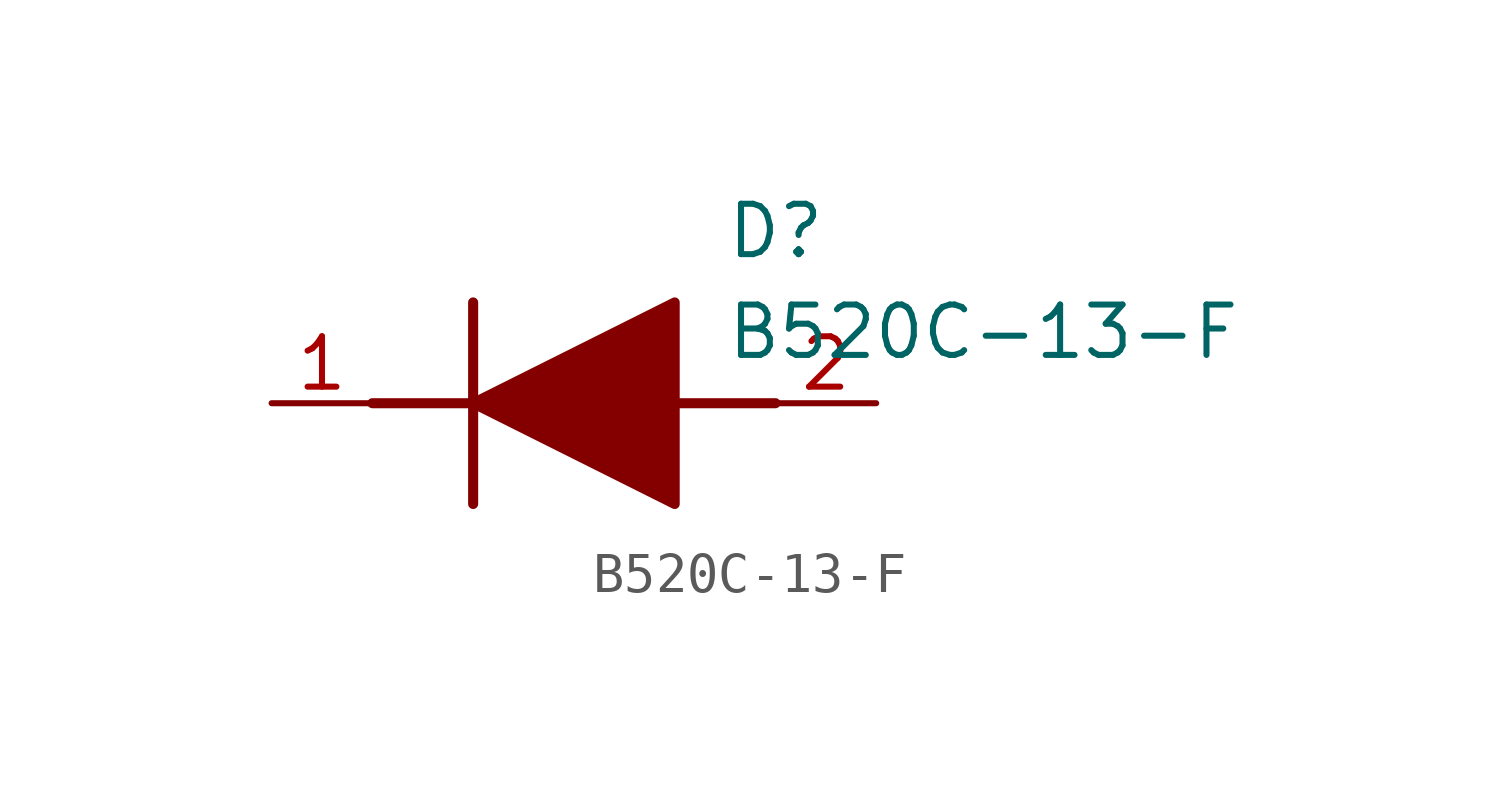
<source format=kicad_sym>
(kicad_symbol_lib
  (version 20211014)
  (generator SamacSys_ECAD_Model)
  (symbol "B520C-13-F"
    (pin_names hide)
    (property "Reference" "D"
      (at 11.43 5.08 0)
      (effects (font (size 1.27 1.27)) (justify left top)))
    (property "Value" "B520C-13-F"
      (at 11.43 2.54 0)
      (effects (font (size 1.27 1.27)) (justify left top)))
    (polyline
      (pts (xy 5.08 2.54) (xy 5.08 -2.54))
      (stroke (width 0.254) (type default))
      (fill (type none)))
    (polyline
      (pts (xy 2.54 0) (xy 5.08 0))
      (stroke (width 0.254) (type default))
      (fill (type none)))
    (polyline
      (pts (xy 10.16 0) (xy 12.7 0))
      (stroke (width 0.254) (type default))
      (fill (type none)))
    (polyline
      (pts (xy 5.08 0) (xy 10.16 2.54) (xy 10.16 -2.54) (xy 5.08 0))
      (stroke (width 0.254) (type default))
      (fill (type outline)))
    (pin passive line
      (at 0 0 0)
      (length 2.54)
      (name "K" (effects (font (size 1.27 1.27))))
      (number "1" (effects (font (size 1.27 1.27)))))
    (pin passive line
      (at 15.24 0 180)
      (length 2.54)
      (name "A" (effects (font (size 1.27 1.27))))
      (number "2" (effects (font (size 1.27 1.27)))))))
</source>
